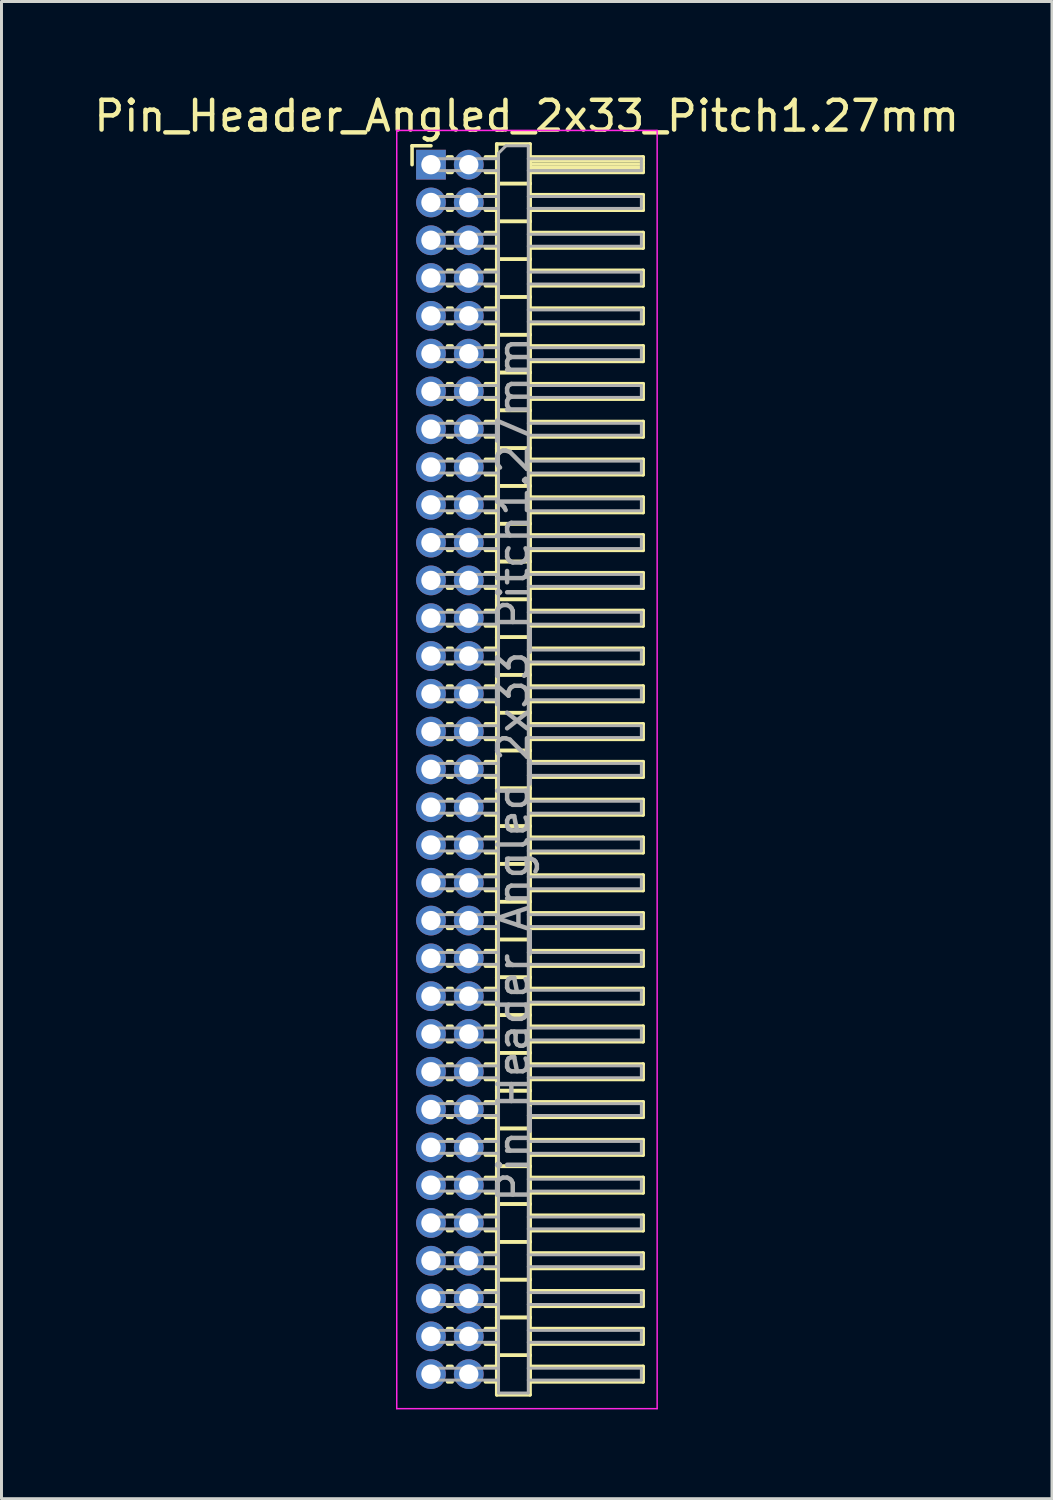
<source format=kicad_pcb>
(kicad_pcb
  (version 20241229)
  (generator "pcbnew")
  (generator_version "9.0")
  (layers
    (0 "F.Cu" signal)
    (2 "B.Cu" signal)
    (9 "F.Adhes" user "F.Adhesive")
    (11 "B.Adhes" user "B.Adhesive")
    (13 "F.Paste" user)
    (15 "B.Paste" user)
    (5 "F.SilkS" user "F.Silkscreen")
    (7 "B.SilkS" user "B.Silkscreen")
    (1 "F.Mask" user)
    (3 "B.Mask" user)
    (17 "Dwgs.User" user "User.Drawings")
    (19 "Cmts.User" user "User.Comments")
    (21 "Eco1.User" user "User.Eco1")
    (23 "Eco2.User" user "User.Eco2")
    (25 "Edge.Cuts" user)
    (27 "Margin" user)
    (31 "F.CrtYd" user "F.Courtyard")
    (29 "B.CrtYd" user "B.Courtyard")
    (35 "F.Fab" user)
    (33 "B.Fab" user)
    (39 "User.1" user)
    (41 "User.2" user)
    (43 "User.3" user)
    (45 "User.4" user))
  (footprint "Pin_Header_Angled_2x33_Pitch1.27mm"
    (layer "F.Cu")
    (at 11.431 2.483)
    (property "Reference" "Pin_Header_Angled_2x33_Pitch1.27mm" (at 3.217 -1.635 0) (layer "F.SilkS") (effects (font (size 1 1) (thickness 0.15))))
    (attr through_hole)
    (fp_line (start -0.635 -0.635) (end 0 -0.635) (stroke (width 0.12) (type solid)) (layer "F.SilkS"))
    (fp_line (start -0.635 0) (end -0.635 -0.635) (stroke (width 0.12) (type solid)) (layer "F.SilkS"))
    (fp_line (start 0.56 -0.26) (end 0.71 -0.26) (stroke (width 0.12) (type solid)) (layer "F.SilkS"))
    (fp_line (start 0.56 0.26) (end 0.71 0.26) (stroke (width 0.12) (type solid)) (layer "F.SilkS"))
    (fp_line (start 0.56 1.01) (end 0.71 1.01) (stroke (width 0.12) (type solid)) (layer "F.SilkS"))
    (fp_line (start 0.56 1.53) (end 0.71 1.53) (stroke (width 0.12) (type solid)) (layer "F.SilkS"))
    (fp_line (start 0.56 2.28) (end 0.71 2.28) (stroke (width 0.12) (type solid)) (layer "F.SilkS"))
    (fp_line (start 0.56 2.8) (end 0.71 2.8) (stroke (width 0.12) (type solid)) (layer "F.SilkS"))
    (fp_line (start 0.56 3.55) (end 0.71 3.55) (stroke (width 0.12) (type solid)) (layer "F.SilkS"))
    (fp_line (start 0.56 4.07) (end 0.71 4.07) (stroke (width 0.12) (type solid)) (layer "F.SilkS"))
    (fp_line (start 0.56 4.82) (end 0.71 4.82) (stroke (width 0.12) (type solid)) (layer "F.SilkS"))
    (fp_line (start 0.56 5.34) (end 0.71 5.34) (stroke (width 0.12) (type solid)) (layer "F.SilkS"))
    (fp_line (start 0.56 6.09) (end 0.71 6.09) (stroke (width 0.12) (type solid)) (layer "F.SilkS"))
    (fp_line (start 0.56 6.61) (end 0.71 6.61) (stroke (width 0.12) (type solid)) (layer "F.SilkS"))
    (fp_line (start 0.56 7.36) (end 0.71 7.36) (stroke (width 0.12) (type solid)) (layer "F.SilkS"))
    (fp_line (start 0.56 7.88) (end 0.71 7.88) (stroke (width 0.12) (type solid)) (layer "F.SilkS"))
    (fp_line (start 0.56 8.63) (end 0.71 8.63) (stroke (width 0.12) (type solid)) (layer "F.SilkS"))
    (fp_line (start 0.56 9.15) (end 0.71 9.15) (stroke (width 0.12) (type solid)) (layer "F.SilkS"))
    (fp_line (start 0.56 9.9) (end 0.71 9.9) (stroke (width 0.12) (type solid)) (layer "F.SilkS"))
    (fp_line (start 0.56 10.42) (end 0.71 10.42) (stroke (width 0.12) (type solid)) (layer "F.SilkS"))
    (fp_line (start 0.56 11.17) (end 0.71 11.17) (stroke (width 0.12) (type solid)) (layer "F.SilkS"))
    (fp_line (start 0.56 11.69) (end 0.71 11.69) (stroke (width 0.12) (type solid)) (layer "F.SilkS"))
    (fp_line (start 0.56 12.44) (end 0.71 12.44) (stroke (width 0.12) (type solid)) (layer "F.SilkS"))
    (fp_line (start 0.56 12.96) (end 0.71 12.96) (stroke (width 0.12) (type solid)) (layer "F.SilkS"))
    (fp_line (start 0.56 13.71) (end 0.71 13.71) (stroke (width 0.12) (type solid)) (layer "F.SilkS"))
    (fp_line (start 0.56 14.23) (end 0.71 14.23) (stroke (width 0.12) (type solid)) (layer "F.SilkS"))
    (fp_line (start 0.56 14.98) (end 0.71 14.98) (stroke (width 0.12) (type solid)) (layer "F.SilkS"))
    (fp_line (start 0.56 15.5) (end 0.71 15.5) (stroke (width 0.12) (type solid)) (layer "F.SilkS"))
    (fp_line (start 0.56 16.25) (end 0.71 16.25) (stroke (width 0.12) (type solid)) (layer "F.SilkS"))
    (fp_line (start 0.56 16.77) (end 0.71 16.77) (stroke (width 0.12) (type solid)) (layer "F.SilkS"))
    (fp_line (start 0.56 17.52) (end 0.71 17.52) (stroke (width 0.12) (type solid)) (layer "F.SilkS"))
    (fp_line (start 0.56 18.04) (end 0.71 18.04) (stroke (width 0.12) (type solid)) (layer "F.SilkS"))
    (fp_line (start 0.56 18.79) (end 0.71 18.79) (stroke (width 0.12) (type solid)) (layer "F.SilkS"))
    (fp_line (start 0.56 19.31) (end 0.71 19.31) (stroke (width 0.12) (type solid)) (layer "F.SilkS"))
    (fp_line (start 0.56 20.06) (end 0.71 20.06) (stroke (width 0.12) (type solid)) (layer "F.SilkS"))
    (fp_line (start 0.56 20.58) (end 0.71 20.58) (stroke (width 0.12) (type solid)) (layer "F.SilkS"))
    (fp_line (start 0.56 21.33) (end 0.71 21.33) (stroke (width 0.12) (type solid)) (layer "F.SilkS"))
    (fp_line (start 0.56 21.85) (end 0.71 21.85) (stroke (width 0.12) (type solid)) (layer "F.SilkS"))
    (fp_line (start 0.56 22.6) (end 0.71 22.6) (stroke (width 0.12) (type solid)) (layer "F.SilkS"))
    (fp_line (start 0.56 23.12) (end 0.71 23.12) (stroke (width 0.12) (type solid)) (layer "F.SilkS"))
    (fp_line (start 0.56 23.87) (end 0.71 23.87) (stroke (width 0.12) (type solid)) (layer "F.SilkS"))
    (fp_line (start 0.56 24.39) (end 0.71 24.39) (stroke (width 0.12) (type solid)) (layer "F.SilkS"))
    (fp_line (start 0.56 25.14) (end 0.71 25.14) (stroke (width 0.12) (type solid)) (layer "F.SilkS"))
    (fp_line (start 0.56 25.66) (end 0.71 25.66) (stroke (width 0.12) (type solid)) (layer "F.SilkS"))
    (fp_line (start 0.56 26.41) (end 0.71 26.41) (stroke (width 0.12) (type solid)) (layer "F.SilkS"))
    (fp_line (start 0.56 26.93) (end 0.71 26.93) (stroke (width 0.12) (type solid)) (layer "F.SilkS"))
    (fp_line (start 0.56 27.68) (end 0.71 27.68) (stroke (width 0.12) (type solid)) (layer "F.SilkS"))
    (fp_line (start 0.56 28.2) (end 0.71 28.2) (stroke (width 0.12) (type solid)) (layer "F.SilkS"))
    (fp_line (start 0.56 28.95) (end 0.71 28.95) (stroke (width 0.12) (type solid)) (layer "F.SilkS"))
    (fp_line (start 0.56 29.47) (end 0.71 29.47) (stroke (width 0.12) (type solid)) (layer "F.SilkS"))
    (fp_line (start 0.56 30.22) (end 0.71 30.22) (stroke (width 0.12) (type solid)) (layer "F.SilkS"))
    (fp_line (start 0.56 30.74) (end 0.71 30.74) (stroke (width 0.12) (type solid)) (layer "F.SilkS"))
    (fp_line (start 0.56 31.49) (end 0.71 31.49) (stroke (width 0.12) (type solid)) (layer "F.SilkS"))
    (fp_line (start 0.56 32.01) (end 0.71 32.01) (stroke (width 0.12) (type solid)) (layer "F.SilkS"))
    (fp_line (start 0.56 32.76) (end 0.71 32.76) (stroke (width 0.12) (type solid)) (layer "F.SilkS"))
    (fp_line (start 0.56 33.28) (end 0.71 33.28) (stroke (width 0.12) (type solid)) (layer "F.SilkS"))
    (fp_line (start 0.56 34.03) (end 0.71 34.03) (stroke (width 0.12) (type solid)) (layer "F.SilkS"))
    (fp_line (start 0.56 34.55) (end 0.71 34.55) (stroke (width 0.12) (type solid)) (layer "F.SilkS"))
    (fp_line (start 0.56 35.3) (end 0.71 35.3) (stroke (width 0.12) (type solid)) (layer "F.SilkS"))
    (fp_line (start 0.56 35.82) (end 0.71 35.82) (stroke (width 0.12) (type solid)) (layer "F.SilkS"))
    (fp_line (start 0.56 36.57) (end 0.71 36.57) (stroke (width 0.12) (type solid)) (layer "F.SilkS"))
    (fp_line (start 0.56 37.09) (end 0.71 37.09) (stroke (width 0.12) (type solid)) (layer "F.SilkS"))
    (fp_line (start 0.56 37.84) (end 0.71 37.84) (stroke (width 0.12) (type solid)) (layer "F.SilkS"))
    (fp_line (start 0.56 38.36) (end 0.71 38.36) (stroke (width 0.12) (type solid)) (layer "F.SilkS"))
    (fp_line (start 0.56 39.11) (end 0.71 39.11) (stroke (width 0.12) (type solid)) (layer "F.SilkS"))
    (fp_line (start 0.56 39.63) (end 0.71 39.63) (stroke (width 0.12) (type solid)) (layer "F.SilkS"))
    (fp_line (start 0.56 40.38) (end 0.71 40.38) (stroke (width 0.12) (type solid)) (layer "F.SilkS"))
    (fp_line (start 0.56 40.9) (end 0.71 40.9) (stroke (width 0.12) (type solid)) (layer "F.SilkS"))
    (fp_line (start 1.83 -0.26) (end 2.21 -0.26) (stroke (width 0.12) (type solid)) (layer "F.SilkS"))
    (fp_line (start 1.83 0.26) (end 2.21 0.26) (stroke (width 0.12) (type solid)) (layer "F.SilkS"))
    (fp_line (start 1.83 1.01) (end 2.21 1.01) (stroke (width 0.12) (type solid)) (layer "F.SilkS"))
    (fp_line (start 1.83 1.53) (end 2.21 1.53) (stroke (width 0.12) (type solid)) (layer "F.SilkS"))
    (fp_line (start 1.83 2.28) (end 2.21 2.28) (stroke (width 0.12) (type solid)) (layer "F.SilkS"))
    (fp_line (start 1.83 2.8) (end 2.21 2.8) (stroke (width 0.12) (type solid)) (layer "F.SilkS"))
    (fp_line (start 1.83 3.55) (end 2.21 3.55) (stroke (width 0.12) (type solid)) (layer "F.SilkS"))
    (fp_line (start 1.83 4.07) (end 2.21 4.07) (stroke (width 0.12) (type solid)) (layer "F.SilkS"))
    (fp_line (start 1.83 4.82) (end 2.21 4.82) (stroke (width 0.12) (type solid)) (layer "F.SilkS"))
    (fp_line (start 1.83 5.34) (end 2.21 5.34) (stroke (width 0.12) (type solid)) (layer "F.SilkS"))
    (fp_line (start 1.83 6.09) (end 2.21 6.09) (stroke (width 0.12) (type solid)) (layer "F.SilkS"))
    (fp_line (start 1.83 6.61) (end 2.21 6.61) (stroke (width 0.12) (type solid)) (layer "F.SilkS"))
    (fp_line (start 1.83 7.36) (end 2.21 7.36) (stroke (width 0.12) (type solid)) (layer "F.SilkS"))
    (fp_line (start 1.83 7.88) (end 2.21 7.88) (stroke (width 0.12) (type solid)) (layer "F.SilkS"))
    (fp_line (start 1.83 8.63) (end 2.21 8.63) (stroke (width 0.12) (type solid)) (layer "F.SilkS"))
    (fp_line (start 1.83 9.15) (end 2.21 9.15) (stroke (width 0.12) (type solid)) (layer "F.SilkS"))
    (fp_line (start 1.83 9.9) (end 2.21 9.9) (stroke (width 0.12) (type solid)) (layer "F.SilkS"))
    (fp_line (start 1.83 10.42) (end 2.21 10.42) (stroke (width 0.12) (type solid)) (layer "F.SilkS"))
    (fp_line (start 1.83 11.17) (end 2.21 11.17) (stroke (width 0.12) (type solid)) (layer "F.SilkS"))
    (fp_line (start 1.83 11.69) (end 2.21 11.69) (stroke (width 0.12) (type solid)) (layer "F.SilkS"))
    (fp_line (start 1.83 12.44) (end 2.21 12.44) (stroke (width 0.12) (type solid)) (layer "F.SilkS"))
    (fp_line (start 1.83 12.96) (end 2.21 12.96) (stroke (width 0.12) (type solid)) (layer "F.SilkS"))
    (fp_line (start 1.83 13.71) (end 2.21 13.71) (stroke (width 0.12) (type solid)) (layer "F.SilkS"))
    (fp_line (start 1.83 14.23) (end 2.21 14.23) (stroke (width 0.12) (type solid)) (layer "F.SilkS"))
    (fp_line (start 1.83 14.98) (end 2.21 14.98) (stroke (width 0.12) (type solid)) (layer "F.SilkS"))
    (fp_line (start 1.83 15.5) (end 2.21 15.5) (stroke (width 0.12) (type solid)) (layer "F.SilkS"))
    (fp_line (start 1.83 16.25) (end 2.21 16.25) (stroke (width 0.12) (type solid)) (layer "F.SilkS"))
    (fp_line (start 1.83 16.77) (end 2.21 16.77) (stroke (width 0.12) (type solid)) (layer "F.SilkS"))
    (fp_line (start 1.83 17.52) (end 2.21 17.52) (stroke (width 0.12) (type solid)) (layer "F.SilkS"))
    (fp_line (start 1.83 18.04) (end 2.21 18.04) (stroke (width 0.12) (type solid)) (layer "F.SilkS"))
    (fp_line (start 1.83 18.79) (end 2.21 18.79) (stroke (width 0.12) (type solid)) (layer "F.SilkS"))
    (fp_line (start 1.83 19.31) (end 2.21 19.31) (stroke (width 0.12) (type solid)) (layer "F.SilkS"))
    (fp_line (start 1.83 20.06) (end 2.21 20.06) (stroke (width 0.12) (type solid)) (layer "F.SilkS"))
    (fp_line (start 1.83 20.58) (end 2.21 20.58) (stroke (width 0.12) (type solid)) (layer "F.SilkS"))
    (fp_line (start 1.83 21.33) (end 2.21 21.33) (stroke (width 0.12) (type solid)) (layer "F.SilkS"))
    (fp_line (start 1.83 21.85) (end 2.21 21.85) (stroke (width 0.12) (type solid)) (layer "F.SilkS"))
    (fp_line (start 1.83 22.6) (end 2.21 22.6) (stroke (width 0.12) (type solid)) (layer "F.SilkS"))
    (fp_line (start 1.83 23.12) (end 2.21 23.12) (stroke (width 0.12) (type solid)) (layer "F.SilkS"))
    (fp_line (start 1.83 23.87) (end 2.21 23.87) (stroke (width 0.12) (type solid)) (layer "F.SilkS"))
    (fp_line (start 1.83 24.39) (end 2.21 24.39) (stroke (width 0.12) (type solid)) (layer "F.SilkS"))
    (fp_line (start 1.83 25.14) (end 2.21 25.14) (stroke (width 0.12) (type solid)) (layer "F.SilkS"))
    (fp_line (start 1.83 25.66) (end 2.21 25.66) (stroke (width 0.12) (type solid)) (layer "F.SilkS"))
    (fp_line (start 1.83 26.41) (end 2.21 26.41) (stroke (width 0.12) (type solid)) (layer "F.SilkS"))
    (fp_line (start 1.83 26.93) (end 2.21 26.93) (stroke (width 0.12) (type solid)) (layer "F.SilkS"))
    (fp_line (start 1.83 27.68) (end 2.21 27.68) (stroke (width 0.12) (type solid)) (layer "F.SilkS"))
    (fp_line (start 1.83 28.2) (end 2.21 28.2) (stroke (width 0.12) (type solid)) (layer "F.SilkS"))
    (fp_line (start 1.83 28.95) (end 2.21 28.95) (stroke (width 0.12) (type solid)) (layer "F.SilkS"))
    (fp_line (start 1.83 29.47) (end 2.21 29.47) (stroke (width 0.12) (type solid)) (layer "F.SilkS"))
    (fp_line (start 1.83 30.22) (end 2.21 30.22) (stroke (width 0.12) (type solid)) (layer "F.SilkS"))
    (fp_line (start 1.83 30.74) (end 2.21 30.74) (stroke (width 0.12) (type solid)) (layer "F.SilkS"))
    (fp_line (start 1.83 31.49) (end 2.21 31.49) (stroke (width 0.12) (type solid)) (layer "F.SilkS"))
    (fp_line (start 1.83 32.01) (end 2.21 32.01) (stroke (width 0.12) (type solid)) (layer "F.SilkS"))
    (fp_line (start 1.83 32.76) (end 2.21 32.76) (stroke (width 0.12) (type solid)) (layer "F.SilkS"))
    (fp_line (start 1.83 33.28) (end 2.21 33.28) (stroke (width 0.12) (type solid)) (layer "F.SilkS"))
    (fp_line (start 1.83 34.03) (end 2.21 34.03) (stroke (width 0.12) (type solid)) (layer "F.SilkS"))
    (fp_line (start 1.83 34.55) (end 2.21 34.55) (stroke (width 0.12) (type solid)) (layer "F.SilkS"))
    (fp_line (start 1.83 35.3) (end 2.21 35.3) (stroke (width 0.12) (type solid)) (layer "F.SilkS"))
    (fp_line (start 1.83 35.82) (end 2.21 35.82) (stroke (width 0.12) (type solid)) (layer "F.SilkS"))
    (fp_line (start 1.83 36.57) (end 2.21 36.57) (stroke (width 0.12) (type solid)) (layer "F.SilkS"))
    (fp_line (start 1.83 37.09) (end 2.21 37.09) (stroke (width 0.12) (type solid)) (layer "F.SilkS"))
    (fp_line (start 1.83 37.84) (end 2.21 37.84) (stroke (width 0.12) (type solid)) (layer "F.SilkS"))
    (fp_line (start 1.83 38.36) (end 2.21 38.36) (stroke (width 0.12) (type solid)) (layer "F.SilkS"))
    (fp_line (start 1.83 39.11) (end 2.21 39.11) (stroke (width 0.12) (type solid)) (layer "F.SilkS"))
    (fp_line (start 1.83 39.63) (end 2.21 39.63) (stroke (width 0.12) (type solid)) (layer "F.SilkS"))
    (fp_line (start 1.83 40.38) (end 2.21 40.38) (stroke (width 0.12) (type solid)) (layer "F.SilkS"))
    (fp_line (start 1.83 40.9) (end 2.21 40.9) (stroke (width 0.12) (type solid)) (layer "F.SilkS"))
    (fp_line (start 2.21 -0.695) (end 2.21 0.635) (stroke (width 0.12) (type solid)) (layer "F.SilkS"))
    (fp_line (start 2.21 0.635) (end 2.21 1.905) (stroke (width 0.12) (type solid)) (layer "F.SilkS"))
    (fp_line (start 2.21 0.635) (end 3.33 0.635) (stroke (width 0.12) (type solid)) (layer "F.SilkS"))
    (fp_line (start 2.21 1.905) (end 2.21 3.175) (stroke (width 0.12) (type solid)) (layer "F.SilkS"))
    (fp_line (start 2.21 1.905) (end 3.33 1.905) (stroke (width 0.12) (type solid)) (layer "F.SilkS"))
    (fp_line (start 2.21 3.175) (end 2.21 4.445) (stroke (width 0.12) (type solid)) (layer "F.SilkS"))
    (fp_line (start 2.21 3.175) (end 3.33 3.175) (stroke (width 0.12) (type solid)) (layer "F.SilkS"))
    (fp_line (start 2.21 4.445) (end 2.21 5.715) (stroke (width 0.12) (type solid)) (layer "F.SilkS"))
    (fp_line (start 2.21 4.445) (end 3.33 4.445) (stroke (width 0.12) (type solid)) (layer "F.SilkS"))
    (fp_line (start 2.21 5.715) (end 2.21 6.985) (stroke (width 0.12) (type solid)) (layer "F.SilkS"))
    (fp_line (start 2.21 5.715) (end 3.33 5.715) (stroke (width 0.12) (type solid)) (layer "F.SilkS"))
    (fp_line (start 2.21 6.985) (end 2.21 8.255) (stroke (width 0.12) (type solid)) (layer "F.SilkS"))
    (fp_line (start 2.21 6.985) (end 3.33 6.985) (stroke (width 0.12) (type solid)) (layer "F.SilkS"))
    (fp_line (start 2.21 8.255) (end 2.21 9.525) (stroke (width 0.12) (type solid)) (layer "F.SilkS"))
    (fp_line (start 2.21 8.255) (end 3.33 8.255) (stroke (width 0.12) (type solid)) (layer "F.SilkS"))
    (fp_line (start 2.21 9.525) (end 2.21 10.795) (stroke (width 0.12) (type solid)) (layer "F.SilkS"))
    (fp_line (start 2.21 9.525) (end 3.33 9.525) (stroke (width 0.12) (type solid)) (layer "F.SilkS"))
    (fp_line (start 2.21 10.795) (end 2.21 12.065) (stroke (width 0.12) (type solid)) (layer "F.SilkS"))
    (fp_line (start 2.21 10.795) (end 3.33 10.795) (stroke (width 0.12) (type solid)) (layer "F.SilkS"))
    (fp_line (start 2.21 12.065) (end 2.21 13.335) (stroke (width 0.12) (type solid)) (layer "F.SilkS"))
    (fp_line (start 2.21 12.065) (end 3.33 12.065) (stroke (width 0.12) (type solid)) (layer "F.SilkS"))
    (fp_line (start 2.21 13.335) (end 2.21 14.605) (stroke (width 0.12) (type solid)) (layer "F.SilkS"))
    (fp_line (start 2.21 13.335) (end 3.33 13.335) (stroke (width 0.12) (type solid)) (layer "F.SilkS"))
    (fp_line (start 2.21 14.605) (end 2.21 15.875) (stroke (width 0.12) (type solid)) (layer "F.SilkS"))
    (fp_line (start 2.21 14.605) (end 3.33 14.605) (stroke (width 0.12) (type solid)) (layer "F.SilkS"))
    (fp_line (start 2.21 15.875) (end 2.21 17.145) (stroke (width 0.12) (type solid)) (layer "F.SilkS"))
    (fp_line (start 2.21 15.875) (end 3.33 15.875) (stroke (width 0.12) (type solid)) (layer "F.SilkS"))
    (fp_line (start 2.21 17.145) (end 2.21 18.415) (stroke (width 0.12) (type solid)) (layer "F.SilkS"))
    (fp_line (start 2.21 17.145) (end 3.33 17.145) (stroke (width 0.12) (type solid)) (layer "F.SilkS"))
    (fp_line (start 2.21 18.415) (end 2.21 19.685) (stroke (width 0.12) (type solid)) (layer "F.SilkS"))
    (fp_line (start 2.21 18.415) (end 3.33 18.415) (stroke (width 0.12) (type solid)) (layer "F.SilkS"))
    (fp_line (start 2.21 19.685) (end 2.21 20.955) (stroke (width 0.12) (type solid)) (layer "F.SilkS"))
    (fp_line (start 2.21 19.685) (end 3.33 19.685) (stroke (width 0.12) (type solid)) (layer "F.SilkS"))
    (fp_line (start 2.21 20.955) (end 2.21 22.225) (stroke (width 0.12) (type solid)) (layer "F.SilkS"))
    (fp_line (start 2.21 20.955) (end 3.33 20.955) (stroke (width 0.12) (type solid)) (layer "F.SilkS"))
    (fp_line (start 2.21 22.225) (end 2.21 23.495) (stroke (width 0.12) (type solid)) (layer "F.SilkS"))
    (fp_line (start 2.21 22.225) (end 3.33 22.225) (stroke (width 0.12) (type solid)) (layer "F.SilkS"))
    (fp_line (start 2.21 23.495) (end 2.21 24.765) (stroke (width 0.12) (type solid)) (layer "F.SilkS"))
    (fp_line (start 2.21 23.495) (end 3.33 23.495) (stroke (width 0.12) (type solid)) (layer "F.SilkS"))
    (fp_line (start 2.21 24.765) (end 2.21 26.035) (stroke (width 0.12) (type solid)) (layer "F.SilkS"))
    (fp_line (start 2.21 24.765) (end 3.33 24.765) (stroke (width 0.12) (type solid)) (layer "F.SilkS"))
    (fp_line (start 2.21 26.035) (end 2.21 27.305) (stroke (width 0.12) (type solid)) (layer "F.SilkS"))
    (fp_line (start 2.21 26.035) (end 3.33 26.035) (stroke (width 0.12) (type solid)) (layer "F.SilkS"))
    (fp_line (start 2.21 27.305) (end 2.21 28.575) (stroke (width 0.12) (type solid)) (layer "F.SilkS"))
    (fp_line (start 2.21 27.305) (end 3.33 27.305) (stroke (width 0.12) (type solid)) (layer "F.SilkS"))
    (fp_line (start 2.21 28.575) (end 2.21 29.845) (stroke (width 0.12) (type solid)) (layer "F.SilkS"))
    (fp_line (start 2.21 28.575) (end 3.33 28.575) (stroke (width 0.12) (type solid)) (layer "F.SilkS"))
    (fp_line (start 2.21 29.845) (end 2.21 31.115) (stroke (width 0.12) (type solid)) (layer "F.SilkS"))
    (fp_line (start 2.21 29.845) (end 3.33 29.845) (stroke (width 0.12) (type solid)) (layer "F.SilkS"))
    (fp_line (start 2.21 31.115) (end 2.21 32.385) (stroke (width 0.12) (type solid)) (layer "F.SilkS"))
    (fp_line (start 2.21 31.115) (end 3.33 31.115) (stroke (width 0.12) (type solid)) (layer "F.SilkS"))
    (fp_line (start 2.21 32.385) (end 2.21 33.655) (stroke (width 0.12) (type solid)) (layer "F.SilkS"))
    (fp_line (start 2.21 32.385) (end 3.33 32.385) (stroke (width 0.12) (type solid)) (layer "F.SilkS"))
    (fp_line (start 2.21 33.655) (end 2.21 34.925) (stroke (width 0.12) (type solid)) (layer "F.SilkS"))
    (fp_line (start 2.21 33.655) (end 3.33 33.655) (stroke (width 0.12) (type solid)) (layer "F.SilkS"))
    (fp_line (start 2.21 34.925) (end 2.21 36.195) (stroke (width 0.12) (type solid)) (layer "F.SilkS"))
    (fp_line (start 2.21 34.925) (end 3.33 34.925) (stroke (width 0.12) (type solid)) (layer "F.SilkS"))
    (fp_line (start 2.21 36.195) (end 2.21 37.465) (stroke (width 0.12) (type solid)) (layer "F.SilkS"))
    (fp_line (start 2.21 36.195) (end 3.33 36.195) (stroke (width 0.12) (type solid)) (layer "F.SilkS"))
    (fp_line (start 2.21 37.465) (end 2.21 38.735) (stroke (width 0.12) (type solid)) (layer "F.SilkS"))
    (fp_line (start 2.21 37.465) (end 3.33 37.465) (stroke (width 0.12) (type solid)) (layer "F.SilkS"))
    (fp_line (start 2.21 38.735) (end 2.21 40.005) (stroke (width 0.12) (type solid)) (layer "F.SilkS"))
    (fp_line (start 2.21 38.735) (end 3.33 38.735) (stroke (width 0.12) (type solid)) (layer "F.SilkS"))
    (fp_line (start 2.21 40.005) (end 2.21 41.335) (stroke (width 0.12) (type solid)) (layer "F.SilkS"))
    (fp_line (start 2.21 40.005) (end 3.33 40.005) (stroke (width 0.12) (type solid)) (layer "F.SilkS"))
    (fp_line (start 2.21 41.335) (end 3.33 41.335) (stroke (width 0.12) (type solid)) (layer "F.SilkS"))
    (fp_line (start 3.33 -0.695) (end 2.21 -0.695) (stroke (width 0.12) (type solid)) (layer "F.SilkS"))
    (fp_line (start 3.33 -0.26) (end 3.33 0.26) (stroke (width 0.12) (type solid)) (layer "F.SilkS"))
    (fp_line (start 3.33 -0.14) (end 7.13 -0.14) (stroke (width 0.12) (type solid)) (layer "F.SilkS"))
    (fp_line (start 3.33 -0.02) (end 7.13 -0.02) (stroke (width 0.12) (type solid)) (layer "F.SilkS"))
    (fp_line (start 3.33 0.1) (end 7.13 0.1) (stroke (width 0.12) (type solid)) (layer "F.SilkS"))
    (fp_line (start 3.33 0.22) (end 7.13 0.22) (stroke (width 0.12) (type solid)) (layer "F.SilkS"))
    (fp_line (start 3.33 0.26) (end 7.13 0.26) (stroke (width 0.12) (type solid)) (layer "F.SilkS"))
    (fp_line (start 3.33 0.635) (end 2.21 0.635) (stroke (width 0.12) (type solid)) (layer "F.SilkS"))
    (fp_line (start 3.33 0.635) (end 3.33 -0.695) (stroke (width 0.12) (type solid)) (layer "F.SilkS"))
    (fp_line (start 3.33 1.01) (end 3.33 1.53) (stroke (width 0.12) (type solid)) (layer "F.SilkS"))
    (fp_line (start 3.33 1.53) (end 7.13 1.53) (stroke (width 0.12) (type solid)) (layer "F.SilkS"))
    (fp_line (start 3.33 1.905) (end 2.21 1.905) (stroke (width 0.12) (type solid)) (layer "F.SilkS"))
    (fp_line (start 3.33 1.905) (end 3.33 0.635) (stroke (width 0.12) (type solid)) (layer "F.SilkS"))
    (fp_line (start 3.33 2.28) (end 3.33 2.8) (stroke (width 0.12) (type solid)) (layer "F.SilkS"))
    (fp_line (start 3.33 2.8) (end 7.13 2.8) (stroke (width 0.12) (type solid)) (layer "F.SilkS"))
    (fp_line (start 3.33 3.175) (end 2.21 3.175) (stroke (width 0.12) (type solid)) (layer "F.SilkS"))
    (fp_line (start 3.33 3.175) (end 3.33 1.905) (stroke (width 0.12) (type solid)) (layer "F.SilkS"))
    (fp_line (start 3.33 3.55) (end 3.33 4.07) (stroke (width 0.12) (type solid)) (layer "F.SilkS"))
    (fp_line (start 3.33 4.07) (end 7.13 4.07) (stroke (width 0.12) (type solid)) (layer "F.SilkS"))
    (fp_line (start 3.33 4.445) (end 2.21 4.445) (stroke (width 0.12) (type solid)) (layer "F.SilkS"))
    (fp_line (start 3.33 4.445) (end 3.33 3.175) (stroke (width 0.12) (type solid)) (layer "F.SilkS"))
    (fp_line (start 3.33 4.82) (end 3.33 5.34) (stroke (width 0.12) (type solid)) (layer "F.SilkS"))
    (fp_line (start 3.33 5.34) (end 7.13 5.34) (stroke (width 0.12) (type solid)) (layer "F.SilkS"))
    (fp_line (start 3.33 5.715) (end 2.21 5.715) (stroke (width 0.12) (type solid)) (layer "F.SilkS"))
    (fp_line (start 3.33 5.715) (end 3.33 4.445) (stroke (width 0.12) (type solid)) (layer "F.SilkS"))
    (fp_line (start 3.33 6.09) (end 3.33 6.61) (stroke (width 0.12) (type solid)) (layer "F.SilkS"))
    (fp_line (start 3.33 6.61) (end 7.13 6.61) (stroke (width 0.12) (type solid)) (layer "F.SilkS"))
    (fp_line (start 3.33 6.985) (end 2.21 6.985) (stroke (width 0.12) (type solid)) (layer "F.SilkS"))
    (fp_line (start 3.33 6.985) (end 3.33 5.715) (stroke (width 0.12) (type solid)) (layer "F.SilkS"))
    (fp_line (start 3.33 7.36) (end 3.33 7.88) (stroke (width 0.12) (type solid)) (layer "F.SilkS"))
    (fp_line (start 3.33 7.88) (end 7.13 7.88) (stroke (width 0.12) (type solid)) (layer "F.SilkS"))
    (fp_line (start 3.33 8.255) (end 2.21 8.255) (stroke (width 0.12) (type solid)) (layer "F.SilkS"))
    (fp_line (start 3.33 8.255) (end 3.33 6.985) (stroke (width 0.12) (type solid)) (layer "F.SilkS"))
    (fp_line (start 3.33 8.63) (end 3.33 9.15) (stroke (width 0.12) (type solid)) (layer "F.SilkS"))
    (fp_line (start 3.33 9.15) (end 7.13 9.15) (stroke (width 0.12) (type solid)) (layer "F.SilkS"))
    (fp_line (start 3.33 9.525) (end 2.21 9.525) (stroke (width 0.12) (type solid)) (layer "F.SilkS"))
    (fp_line (start 3.33 9.525) (end 3.33 8.255) (stroke (width 0.12) (type solid)) (layer "F.SilkS"))
    (fp_line (start 3.33 9.9) (end 3.33 10.42) (stroke (width 0.12) (type solid)) (layer "F.SilkS"))
    (fp_line (start 3.33 10.42) (end 7.13 10.42) (stroke (width 0.12) (type solid)) (layer "F.SilkS"))
    (fp_line (start 3.33 10.795) (end 2.21 10.795) (stroke (width 0.12) (type solid)) (layer "F.SilkS"))
    (fp_line (start 3.33 10.795) (end 3.33 9.525) (stroke (width 0.12) (type solid)) (layer "F.SilkS"))
    (fp_line (start 3.33 11.17) (end 3.33 11.69) (stroke (width 0.12) (type solid)) (layer "F.SilkS"))
    (fp_line (start 3.33 11.69) (end 7.13 11.69) (stroke (width 0.12) (type solid)) (layer "F.SilkS"))
    (fp_line (start 3.33 12.065) (end 2.21 12.065) (stroke (width 0.12) (type solid)) (layer "F.SilkS"))
    (fp_line (start 3.33 12.065) (end 3.33 10.795) (stroke (width 0.12) (type solid)) (layer "F.SilkS"))
    (fp_line (start 3.33 12.44) (end 3.33 12.96) (stroke (width 0.12) (type solid)) (layer "F.SilkS"))
    (fp_line (start 3.33 12.96) (end 7.13 12.96) (stroke (width 0.12) (type solid)) (layer "F.SilkS"))
    (fp_line (start 3.33 13.335) (end 2.21 13.335) (stroke (width 0.12) (type solid)) (layer "F.SilkS"))
    (fp_line (start 3.33 13.335) (end 3.33 12.065) (stroke (width 0.12) (type solid)) (layer "F.SilkS"))
    (fp_line (start 3.33 13.71) (end 3.33 14.23) (stroke (width 0.12) (type solid)) (layer "F.SilkS"))
    (fp_line (start 3.33 14.23) (end 7.13 14.23) (stroke (width 0.12) (type solid)) (layer "F.SilkS"))
    (fp_line (start 3.33 14.605) (end 2.21 14.605) (stroke (width 0.12) (type solid)) (layer "F.SilkS"))
    (fp_line (start 3.33 14.605) (end 3.33 13.335) (stroke (width 0.12) (type solid)) (layer "F.SilkS"))
    (fp_line (start 3.33 14.98) (end 3.33 15.5) (stroke (width 0.12) (type solid)) (layer "F.SilkS"))
    (fp_line (start 3.33 15.5) (end 7.13 15.5) (stroke (width 0.12) (type solid)) (layer "F.SilkS"))
    (fp_line (start 3.33 15.875) (end 2.21 15.875) (stroke (width 0.12) (type solid)) (layer "F.SilkS"))
    (fp_line (start 3.33 15.875) (end 3.33 14.605) (stroke (width 0.12) (type solid)) (layer "F.SilkS"))
    (fp_line (start 3.33 16.25) (end 3.33 16.77) (stroke (width 0.12) (type solid)) (layer "F.SilkS"))
    (fp_line (start 3.33 16.77) (end 7.13 16.77) (stroke (width 0.12) (type solid)) (layer "F.SilkS"))
    (fp_line (start 3.33 17.145) (end 2.21 17.145) (stroke (width 0.12) (type solid)) (layer "F.SilkS"))
    (fp_line (start 3.33 17.145) (end 3.33 15.875) (stroke (width 0.12) (type solid)) (layer "F.SilkS"))
    (fp_line (start 3.33 17.52) (end 3.33 18.04) (stroke (width 0.12) (type solid)) (layer "F.SilkS"))
    (fp_line (start 3.33 18.04) (end 7.13 18.04) (stroke (width 0.12) (type solid)) (layer "F.SilkS"))
    (fp_line (start 3.33 18.415) (end 2.21 18.415) (stroke (width 0.12) (type solid)) (layer "F.SilkS"))
    (fp_line (start 3.33 18.415) (end 3.33 17.145) (stroke (width 0.12) (type solid)) (layer "F.SilkS"))
    (fp_line (start 3.33 18.79) (end 3.33 19.31) (stroke (width 0.12) (type solid)) (layer "F.SilkS"))
    (fp_line (start 3.33 19.31) (end 7.13 19.31) (stroke (width 0.12) (type solid)) (layer "F.SilkS"))
    (fp_line (start 3.33 19.685) (end 2.21 19.685) (stroke (width 0.12) (type solid)) (layer "F.SilkS"))
    (fp_line (start 3.33 19.685) (end 3.33 18.415) (stroke (width 0.12) (type solid)) (layer "F.SilkS"))
    (fp_line (start 3.33 20.06) (end 3.33 20.58) (stroke (width 0.12) (type solid)) (layer "F.SilkS"))
    (fp_line (start 3.33 20.58) (end 7.13 20.58) (stroke (width 0.12) (type solid)) (layer "F.SilkS"))
    (fp_line (start 3.33 20.955) (end 2.21 20.955) (stroke (width 0.12) (type solid)) (layer "F.SilkS"))
    (fp_line (start 3.33 20.955) (end 3.33 19.685) (stroke (width 0.12) (type solid)) (layer "F.SilkS"))
    (fp_line (start 3.33 21.33) (end 3.33 21.85) (stroke (width 0.12) (type solid)) (layer "F.SilkS"))
    (fp_line (start 3.33 21.85) (end 7.13 21.85) (stroke (width 0.12) (type solid)) (layer "F.SilkS"))
    (fp_line (start 3.33 22.225) (end 2.21 22.225) (stroke (width 0.12) (type solid)) (layer "F.SilkS"))
    (fp_line (start 3.33 22.225) (end 3.33 20.955) (stroke (width 0.12) (type solid)) (layer "F.SilkS"))
    (fp_line (start 3.33 22.6) (end 3.33 23.12) (stroke (width 0.12) (type solid)) (layer "F.SilkS"))
    (fp_line (start 3.33 23.12) (end 7.13 23.12) (stroke (width 0.12) (type solid)) (layer "F.SilkS"))
    (fp_line (start 3.33 23.495) (end 2.21 23.495) (stroke (width 0.12) (type solid)) (layer "F.SilkS"))
    (fp_line (start 3.33 23.495) (end 3.33 22.225) (stroke (width 0.12) (type solid)) (layer "F.SilkS"))
    (fp_line (start 3.33 23.87) (end 3.33 24.39) (stroke (width 0.12) (type solid)) (layer "F.SilkS"))
    (fp_line (start 3.33 24.39) (end 7.13 24.39) (stroke (width 0.12) (type solid)) (layer "F.SilkS"))
    (fp_line (start 3.33 24.765) (end 2.21 24.765) (stroke (width 0.12) (type solid)) (layer "F.SilkS"))
    (fp_line (start 3.33 24.765) (end 3.33 23.495) (stroke (width 0.12) (type solid)) (layer "F.SilkS"))
    (fp_line (start 3.33 25.14) (end 3.33 25.66) (stroke (width 0.12) (type solid)) (layer "F.SilkS"))
    (fp_line (start 3.33 25.66) (end 7.13 25.66) (stroke (width 0.12) (type solid)) (layer "F.SilkS"))
    (fp_line (start 3.33 26.035) (end 2.21 26.035) (stroke (width 0.12) (type solid)) (layer "F.SilkS"))
    (fp_line (start 3.33 26.035) (end 3.33 24.765) (stroke (width 0.12) (type solid)) (layer "F.SilkS"))
    (fp_line (start 3.33 26.41) (end 3.33 26.93) (stroke (width 0.12) (type solid)) (layer "F.SilkS"))
    (fp_line (start 3.33 26.93) (end 7.13 26.93) (stroke (width 0.12) (type solid)) (layer "F.SilkS"))
    (fp_line (start 3.33 27.305) (end 2.21 27.305) (stroke (width 0.12) (type solid)) (layer "F.SilkS"))
    (fp_line (start 3.33 27.305) (end 3.33 26.035) (stroke (width 0.12) (type solid)) (layer "F.SilkS"))
    (fp_line (start 3.33 27.68) (end 3.33 28.2) (stroke (width 0.12) (type solid)) (layer "F.SilkS"))
    (fp_line (start 3.33 28.2) (end 7.13 28.2) (stroke (width 0.12) (type solid)) (layer "F.SilkS"))
    (fp_line (start 3.33 28.575) (end 2.21 28.575) (stroke (width 0.12) (type solid)) (layer "F.SilkS"))
    (fp_line (start 3.33 28.575) (end 3.33 27.305) (stroke (width 0.12) (type solid)) (layer "F.SilkS"))
    (fp_line (start 3.33 28.95) (end 3.33 29.47) (stroke (width 0.12) (type solid)) (layer "F.SilkS"))
    (fp_line (start 3.33 29.47) (end 7.13 29.47) (stroke (width 0.12) (type solid)) (layer "F.SilkS"))
    (fp_line (start 3.33 29.845) (end 2.21 29.845) (stroke (width 0.12) (type solid)) (layer "F.SilkS"))
    (fp_line (start 3.33 29.845) (end 3.33 28.575) (stroke (width 0.12) (type solid)) (layer "F.SilkS"))
    (fp_line (start 3.33 30.22) (end 3.33 30.74) (stroke (width 0.12) (type solid)) (layer "F.SilkS"))
    (fp_line (start 3.33 30.74) (end 7.13 30.74) (stroke (width 0.12) (type solid)) (layer "F.SilkS"))
    (fp_line (start 3.33 31.115) (end 2.21 31.115) (stroke (width 0.12) (type solid)) (layer "F.SilkS"))
    (fp_line (start 3.33 31.115) (end 3.33 29.845) (stroke (width 0.12) (type solid)) (layer "F.SilkS"))
    (fp_line (start 3.33 31.49) (end 3.33 32.01) (stroke (width 0.12) (type solid)) (layer "F.SilkS"))
    (fp_line (start 3.33 32.01) (end 7.13 32.01) (stroke (width 0.12) (type solid)) (layer "F.SilkS"))
    (fp_line (start 3.33 32.385) (end 2.21 32.385) (stroke (width 0.12) (type solid)) (layer "F.SilkS"))
    (fp_line (start 3.33 32.385) (end 3.33 31.115) (stroke (width 0.12) (type solid)) (layer "F.SilkS"))
    (fp_line (start 3.33 32.76) (end 3.33 33.28) (stroke (width 0.12) (type solid)) (layer "F.SilkS"))
    (fp_line (start 3.33 33.28) (end 7.13 33.28) (stroke (width 0.12) (type solid)) (layer "F.SilkS"))
    (fp_line (start 3.33 33.655) (end 2.21 33.655) (stroke (width 0.12) (type solid)) (layer "F.SilkS"))
    (fp_line (start 3.33 33.655) (end 3.33 32.385) (stroke (width 0.12) (type solid)) (layer "F.SilkS"))
    (fp_line (start 3.33 34.03) (end 3.33 34.55) (stroke (width 0.12) (type solid)) (layer "F.SilkS"))
    (fp_line (start 3.33 34.55) (end 7.13 34.55) (stroke (width 0.12) (type solid)) (layer "F.SilkS"))
    (fp_line (start 3.33 34.925) (end 2.21 34.925) (stroke (width 0.12) (type solid)) (layer "F.SilkS"))
    (fp_line (start 3.33 34.925) (end 3.33 33.655) (stroke (width 0.12) (type solid)) (layer "F.SilkS"))
    (fp_line (start 3.33 35.3) (end 3.33 35.82) (stroke (width 0.12) (type solid)) (layer "F.SilkS"))
    (fp_line (start 3.33 35.82) (end 7.13 35.82) (stroke (width 0.12) (type solid)) (layer "F.SilkS"))
    (fp_line (start 3.33 36.195) (end 2.21 36.195) (stroke (width 0.12) (type solid)) (layer "F.SilkS"))
    (fp_line (start 3.33 36.195) (end 3.33 34.925) (stroke (width 0.12) (type solid)) (layer "F.SilkS"))
    (fp_line (start 3.33 36.57) (end 3.33 37.09) (stroke (width 0.12) (type solid)) (layer "F.SilkS"))
    (fp_line (start 3.33 37.09) (end 7.13 37.09) (stroke (width 0.12) (type solid)) (layer "F.SilkS"))
    (fp_line (start 3.33 37.465) (end 2.21 37.465) (stroke (width 0.12) (type solid)) (layer "F.SilkS"))
    (fp_line (start 3.33 37.465) (end 3.33 36.195) (stroke (width 0.12) (type solid)) (layer "F.SilkS"))
    (fp_line (start 3.33 37.84) (end 3.33 38.36) (stroke (width 0.12) (type solid)) (layer "F.SilkS"))
    (fp_line (start 3.33 38.36) (end 7.13 38.36) (stroke (width 0.12) (type solid)) (layer "F.SilkS"))
    (fp_line (start 3.33 38.735) (end 2.21 38.735) (stroke (width 0.12) (type solid)) (layer "F.SilkS"))
    (fp_line (start 3.33 38.735) (end 3.33 37.465) (stroke (width 0.12) (type solid)) (layer "F.SilkS"))
    (fp_line (start 3.33 39.11) (end 3.33 39.63) (stroke (width 0.12) (type solid)) (layer "F.SilkS"))
    (fp_line (start 3.33 39.63) (end 7.13 39.63) (stroke (width 0.12) (type solid)) (layer "F.SilkS"))
    (fp_line (start 3.33 40.005) (end 2.21 40.005) (stroke (width 0.12) (type solid)) (layer "F.SilkS"))
    (fp_line (start 3.33 40.005) (end 3.33 38.735) (stroke (width 0.12) (type solid)) (layer "F.SilkS"))
    (fp_line (start 3.33 40.38) (end 3.33 40.9) (stroke (width 0.12) (type solid)) (layer "F.SilkS"))
    (fp_line (start 3.33 40.9) (end 7.13 40.9) (stroke (width 0.12) (type solid)) (layer "F.SilkS"))
    (fp_line (start 3.33 41.335) (end 3.33 40.005) (stroke (width 0.12) (type solid)) (layer "F.SilkS"))
    (fp_line (start 7.13 -0.26) (end 3.33 -0.26) (stroke (width 0.12) (type solid)) (layer "F.SilkS"))
    (fp_line (start 7.13 0.26) (end 7.13 -0.26) (stroke (width 0.12) (type solid)) (layer "F.SilkS"))
    (fp_line (start 7.13 1.01) (end 3.33 1.01) (stroke (width 0.12) (type solid)) (layer "F.SilkS"))
    (fp_line (start 7.13 1.53) (end 7.13 1.01) (stroke (width 0.12) (type solid)) (layer "F.SilkS"))
    (fp_line (start 7.13 2.28) (end 3.33 2.28) (stroke (width 0.12) (type solid)) (layer "F.SilkS"))
    (fp_line (start 7.13 2.8) (end 7.13 2.28) (stroke (width 0.12) (type solid)) (layer "F.SilkS"))
    (fp_line (start 7.13 3.55) (end 3.33 3.55) (stroke (width 0.12) (type solid)) (layer "F.SilkS"))
    (fp_line (start 7.13 4.07) (end 7.13 3.55) (stroke (width 0.12) (type solid)) (layer "F.SilkS"))
    (fp_line (start 7.13 4.82) (end 3.33 4.82) (stroke (width 0.12) (type solid)) (layer "F.SilkS"))
    (fp_line (start 7.13 5.34) (end 7.13 4.82) (stroke (width 0.12) (type solid)) (layer "F.SilkS"))
    (fp_line (start 7.13 6.09) (end 3.33 6.09) (stroke (width 0.12) (type solid)) (layer "F.SilkS"))
    (fp_line (start 7.13 6.61) (end 7.13 6.09) (stroke (width 0.12) (type solid)) (layer "F.SilkS"))
    (fp_line (start 7.13 7.36) (end 3.33 7.36) (stroke (width 0.12) (type solid)) (layer "F.SilkS"))
    (fp_line (start 7.13 7.88) (end 7.13 7.36) (stroke (width 0.12) (type solid)) (layer "F.SilkS"))
    (fp_line (start 7.13 8.63) (end 3.33 8.63) (stroke (width 0.12) (type solid)) (layer "F.SilkS"))
    (fp_line (start 7.13 9.15) (end 7.13 8.63) (stroke (width 0.12) (type solid)) (layer "F.SilkS"))
    (fp_line (start 7.13 9.9) (end 3.33 9.9) (stroke (width 0.12) (type solid)) (layer "F.SilkS"))
    (fp_line (start 7.13 10.42) (end 7.13 9.9) (stroke (width 0.12) (type solid)) (layer "F.SilkS"))
    (fp_line (start 7.13 11.17) (end 3.33 11.17) (stroke (width 0.12) (type solid)) (layer "F.SilkS"))
    (fp_line (start 7.13 11.69) (end 7.13 11.17) (stroke (width 0.12) (type solid)) (layer "F.SilkS"))
    (fp_line (start 7.13 12.44) (end 3.33 12.44) (stroke (width 0.12) (type solid)) (layer "F.SilkS"))
    (fp_line (start 7.13 12.96) (end 7.13 12.44) (stroke (width 0.12) (type solid)) (layer "F.SilkS"))
    (fp_line (start 7.13 13.71) (end 3.33 13.71) (stroke (width 0.12) (type solid)) (layer "F.SilkS"))
    (fp_line (start 7.13 14.23) (end 7.13 13.71) (stroke (width 0.12) (type solid)) (layer "F.SilkS"))
    (fp_line (start 7.13 14.98) (end 3.33 14.98) (stroke (width 0.12) (type solid)) (layer "F.SilkS"))
    (fp_line (start 7.13 15.5) (end 7.13 14.98) (stroke (width 0.12) (type solid)) (layer "F.SilkS"))
    (fp_line (start 7.13 16.25) (end 3.33 16.25) (stroke (width 0.12) (type solid)) (layer "F.SilkS"))
    (fp_line (start 7.13 16.77) (end 7.13 16.25) (stroke (width 0.12) (type solid)) (layer "F.SilkS"))
    (fp_line (start 7.13 17.52) (end 3.33 17.52) (stroke (width 0.12) (type solid)) (layer "F.SilkS"))
    (fp_line (start 7.13 18.04) (end 7.13 17.52) (stroke (width 0.12) (type solid)) (layer "F.SilkS"))
    (fp_line (start 7.13 18.79) (end 3.33 18.79) (stroke (width 0.12) (type solid)) (layer "F.SilkS"))
    (fp_line (start 7.13 19.31) (end 7.13 18.79) (stroke (width 0.12) (type solid)) (layer "F.SilkS"))
    (fp_line (start 7.13 20.06) (end 3.33 20.06) (stroke (width 0.12) (type solid)) (layer "F.SilkS"))
    (fp_line (start 7.13 20.58) (end 7.13 20.06) (stroke (width 0.12) (type solid)) (layer "F.SilkS"))
    (fp_line (start 7.13 21.33) (end 3.33 21.33) (stroke (width 0.12) (type solid)) (layer "F.SilkS"))
    (fp_line (start 7.13 21.85) (end 7.13 21.33) (stroke (width 0.12) (type solid)) (layer "F.SilkS"))
    (fp_line (start 7.13 22.6) (end 3.33 22.6) (stroke (width 0.12) (type solid)) (layer "F.SilkS"))
    (fp_line (start 7.13 23.12) (end 7.13 22.6) (stroke (width 0.12) (type solid)) (layer "F.SilkS"))
    (fp_line (start 7.13 23.87) (end 3.33 23.87) (stroke (width 0.12) (type solid)) (layer "F.SilkS"))
    (fp_line (start 7.13 24.39) (end 7.13 23.87) (stroke (width 0.12) (type solid)) (layer "F.SilkS"))
    (fp_line (start 7.13 25.14) (end 3.33 25.14) (stroke (width 0.12) (type solid)) (layer "F.SilkS"))
    (fp_line (start 7.13 25.66) (end 7.13 25.14) (stroke (width 0.12) (type solid)) (layer "F.SilkS"))
    (fp_line (start 7.13 26.41) (end 3.33 26.41) (stroke (width 0.12) (type solid)) (layer "F.SilkS"))
    (fp_line (start 7.13 26.93) (end 7.13 26.41) (stroke (width 0.12) (type solid)) (layer "F.SilkS"))
    (fp_line (start 7.13 27.68) (end 3.33 27.68) (stroke (width 0.12) (type solid)) (layer "F.SilkS"))
    (fp_line (start 7.13 28.2) (end 7.13 27.68) (stroke (width 0.12) (type solid)) (layer "F.SilkS"))
    (fp_line (start 7.13 28.95) (end 3.33 28.95) (stroke (width 0.12) (type solid)) (layer "F.SilkS"))
    (fp_line (start 7.13 29.47) (end 7.13 28.95) (stroke (width 0.12) (type solid)) (layer "F.SilkS"))
    (fp_line (start 7.13 30.22) (end 3.33 30.22) (stroke (width 0.12) (type solid)) (layer "F.SilkS"))
    (fp_line (start 7.13 30.74) (end 7.13 30.22) (stroke (width 0.12) (type solid)) (layer "F.SilkS"))
    (fp_line (start 7.13 31.49) (end 3.33 31.49) (stroke (width 0.12) (type solid)) (layer "F.SilkS"))
    (fp_line (start 7.13 32.01) (end 7.13 31.49) (stroke (width 0.12) (type solid)) (layer "F.SilkS"))
    (fp_line (start 7.13 32.76) (end 3.33 32.76) (stroke (width 0.12) (type solid)) (layer "F.SilkS"))
    (fp_line (start 7.13 33.28) (end 7.13 32.76) (stroke (width 0.12) (type solid)) (layer "F.SilkS"))
    (fp_line (start 7.13 34.03) (end 3.33 34.03) (stroke (width 0.12) (type solid)) (layer "F.SilkS"))
    (fp_line (start 7.13 34.55) (end 7.13 34.03) (stroke (width 0.12) (type solid)) (layer "F.SilkS"))
    (fp_line (start 7.13 35.3) (end 3.33 35.3) (stroke (width 0.12) (type solid)) (layer "F.SilkS"))
    (fp_line (start 7.13 35.82) (end 7.13 35.3) (stroke (width 0.12) (type solid)) (layer "F.SilkS"))
    (fp_line (start 7.13 36.57) (end 3.33 36.57) (stroke (width 0.12) (type solid)) (layer "F.SilkS"))
    (fp_line (start 7.13 37.09) (end 7.13 36.57) (stroke (width 0.12) (type solid)) (layer "F.SilkS"))
    (fp_line (start 7.13 37.84) (end 3.33 37.84) (stroke (width 0.12) (type solid)) (layer "F.SilkS"))
    (fp_line (start 7.13 38.36) (end 7.13 37.84) (stroke (width 0.12) (type solid)) (layer "F.SilkS"))
    (fp_line (start 7.13 39.11) (end 3.33 39.11) (stroke (width 0.12) (type solid)) (layer "F.SilkS"))
    (fp_line (start 7.13 39.63) (end 7.13 39.11) (stroke (width 0.12) (type solid)) (layer "F.SilkS"))
    (fp_line (start 7.13 40.38) (end 3.33 40.38) (stroke (width 0.12) (type solid)) (layer "F.SilkS"))
    (fp_line (start 7.13 40.9) (end 7.13 40.38) (stroke (width 0.12) (type solid)) (layer "F.SilkS"))
    (fp_line (start -1.15 -1.15) (end -1.15 41.8) (stroke (width 0.05) (type solid)) (layer "F.CrtYd"))
    (fp_line (start -1.15 41.8) (end 7.6 41.8) (stroke (width 0.05) (type solid)) (layer "F.CrtYd"))
    (fp_line (start 7.6 -1.15) (end -1.15 -1.15) (stroke (width 0.05) (type solid)) (layer "F.CrtYd"))
    (fp_line (start 7.6 41.8) (end 7.6 -1.15) (stroke (width 0.05) (type solid)) (layer "F.CrtYd"))
    (fp_line (start -0.2 -0.2) (end -0.2 0.2) (stroke (width 0.1) (type solid)) (layer "F.Fab"))
    (fp_line (start -0.2 -0.2) (end 2.27 -0.2) (stroke (width 0.1) (type solid)) (layer "F.Fab"))
    (fp_line (start -0.2 0.2) (end 2.27 0.2) (stroke (width 0.1) (type solid)) (layer "F.Fab"))
    (fp_line (start -0.2 1.07) (end -0.2 1.47) (stroke (width 0.1) (type solid)) (layer "F.Fab"))
    (fp_line (start -0.2 1.07) (end 2.27 1.07) (stroke (width 0.1) (type solid)) (layer "F.Fab"))
    (fp_line (start -0.2 1.47) (end 2.27 1.47) (stroke (width 0.1) (type solid)) (layer "F.Fab"))
    (fp_line (start -0.2 2.34) (end -0.2 2.74) (stroke (width 0.1) (type solid)) (layer "F.Fab"))
    (fp_line (start -0.2 2.34) (end 2.27 2.34) (stroke (width 0.1) (type solid)) (layer "F.Fab"))
    (fp_line (start -0.2 2.74) (end 2.27 2.74) (stroke (width 0.1) (type solid)) (layer "F.Fab"))
    (fp_line (start -0.2 3.61) (end -0.2 4.01) (stroke (width 0.1) (type solid)) (layer "F.Fab"))
    (fp_line (start -0.2 3.61) (end 2.27 3.61) (stroke (width 0.1) (type solid)) (layer "F.Fab"))
    (fp_line (start -0.2 4.01) (end 2.27 4.01) (stroke (width 0.1) (type solid)) (layer "F.Fab"))
    (fp_line (start -0.2 4.88) (end -0.2 5.28) (stroke (width 0.1) (type solid)) (layer "F.Fab"))
    (fp_line (start -0.2 4.88) (end 2.27 4.88) (stroke (width 0.1) (type solid)) (layer "F.Fab"))
    (fp_line (start -0.2 5.28) (end 2.27 5.28) (stroke (width 0.1) (type solid)) (layer "F.Fab"))
    (fp_line (start -0.2 6.15) (end -0.2 6.55) (stroke (width 0.1) (type solid)) (layer "F.Fab"))
    (fp_line (start -0.2 6.15) (end 2.27 6.15) (stroke (width 0.1) (type solid)) (layer "F.Fab"))
    (fp_line (start -0.2 6.55) (end 2.27 6.55) (stroke (width 0.1) (type solid)) (layer "F.Fab"))
    (fp_line (start -0.2 7.42) (end -0.2 7.82) (stroke (width 0.1) (type solid)) (layer "F.Fab"))
    (fp_line (start -0.2 7.42) (end 2.27 7.42) (stroke (width 0.1) (type solid)) (layer "F.Fab"))
    (fp_line (start -0.2 7.82) (end 2.27 7.82) (stroke (width 0.1) (type solid)) (layer "F.Fab"))
    (fp_line (start -0.2 8.69) (end -0.2 9.09) (stroke (width 0.1) (type solid)) (layer "F.Fab"))
    (fp_line (start -0.2 8.69) (end 2.27 8.69) (stroke (width 0.1) (type solid)) (layer "F.Fab"))
    (fp_line (start -0.2 9.09) (end 2.27 9.09) (stroke (width 0.1) (type solid)) (layer "F.Fab"))
    (fp_line (start -0.2 9.96) (end -0.2 10.36) (stroke (width 0.1) (type solid)) (layer "F.Fab"))
    (fp_line (start -0.2 9.96) (end 2.27 9.96) (stroke (width 0.1) (type solid)) (layer "F.Fab"))
    (fp_line (start -0.2 10.36) (end 2.27 10.36) (stroke (width 0.1) (type solid)) (layer "F.Fab"))
    (fp_line (start -0.2 11.23) (end -0.2 11.63) (stroke (width 0.1) (type solid)) (layer "F.Fab"))
    (fp_line (start -0.2 11.23) (end 2.27 11.23) (stroke (width 0.1) (type solid)) (layer "F.Fab"))
    (fp_line (start -0.2 11.63) (end 2.27 11.63) (stroke (width 0.1) (type solid)) (layer "F.Fab"))
    (fp_line (start -0.2 12.5) (end -0.2 12.9) (stroke (width 0.1) (type solid)) (layer "F.Fab"))
    (fp_line (start -0.2 12.5) (end 2.27 12.5) (stroke (width 0.1) (type solid)) (layer "F.Fab"))
    (fp_line (start -0.2 12.9) (end 2.27 12.9) (stroke (width 0.1) (type solid)) (layer "F.Fab"))
    (fp_line (start -0.2 13.77) (end -0.2 14.17) (stroke (width 0.1) (type solid)) (layer "F.Fab"))
    (fp_line (start -0.2 13.77) (end 2.27 13.77) (stroke (width 0.1) (type solid)) (layer "F.Fab"))
    (fp_line (start -0.2 14.17) (end 2.27 14.17) (stroke (width 0.1) (type solid)) (layer "F.Fab"))
    (fp_line (start -0.2 15.04) (end -0.2 15.44) (stroke (width 0.1) (type solid)) (layer "F.Fab"))
    (fp_line (start -0.2 15.04) (end 2.27 15.04) (stroke (width 0.1) (type solid)) (layer "F.Fab"))
    (fp_line (start -0.2 15.44) (end 2.27 15.44) (stroke (width 0.1) (type solid)) (layer "F.Fab"))
    (fp_line (start -0.2 16.31) (end -0.2 16.71) (stroke (width 0.1) (type solid)) (layer "F.Fab"))
    (fp_line (start -0.2 16.31) (end 2.27 16.31) (stroke (width 0.1) (type solid)) (layer "F.Fab"))
    (fp_line (start -0.2 16.71) (end 2.27 16.71) (stroke (width 0.1) (type solid)) (layer "F.Fab"))
    (fp_line (start -0.2 17.58) (end -0.2 17.98) (stroke (width 0.1) (type solid)) (layer "F.Fab"))
    (fp_line (start -0.2 17.58) (end 2.27 17.58) (stroke (width 0.1) (type solid)) (layer "F.Fab"))
    (fp_line (start -0.2 17.98) (end 2.27 17.98) (stroke (width 0.1) (type solid)) (layer "F.Fab"))
    (fp_line (start -0.2 18.85) (end -0.2 19.25) (stroke (width 0.1) (type solid)) (layer "F.Fab"))
    (fp_line (start -0.2 18.85) (end 2.27 18.85) (stroke (width 0.1) (type solid)) (layer "F.Fab"))
    (fp_line (start -0.2 19.25) (end 2.27 19.25) (stroke (width 0.1) (type solid)) (layer "F.Fab"))
    (fp_line (start -0.2 20.12) (end -0.2 20.52) (stroke (width 0.1) (type solid)) (layer "F.Fab"))
    (fp_line (start -0.2 20.12) (end 2.27 20.12) (stroke (width 0.1) (type solid)) (layer "F.Fab"))
    (fp_line (start -0.2 20.52) (end 2.27 20.52) (stroke (width 0.1) (type solid)) (layer "F.Fab"))
    (fp_line (start -0.2 21.39) (end -0.2 21.79) (stroke (width 0.1) (type solid)) (layer "F.Fab"))
    (fp_line (start -0.2 21.39) (end 2.27 21.39) (stroke (width 0.1) (type solid)) (layer "F.Fab"))
    (fp_line (start -0.2 21.79) (end 2.27 21.79) (stroke (width 0.1) (type solid)) (layer "F.Fab"))
    (fp_line (start -0.2 22.66) (end -0.2 23.06) (stroke (width 0.1) (type solid)) (layer "F.Fab"))
    (fp_line (start -0.2 22.66) (end 2.27 22.66) (stroke (width 0.1) (type solid)) (layer "F.Fab"))
    (fp_line (start -0.2 23.06) (end 2.27 23.06) (stroke (width 0.1) (type solid)) (layer "F.Fab"))
    (fp_line (start -0.2 23.93) (end -0.2 24.33) (stroke (width 0.1) (type solid)) (layer "F.Fab"))
    (fp_line (start -0.2 23.93) (end 2.27 23.93) (stroke (width 0.1) (type solid)) (layer "F.Fab"))
    (fp_line (start -0.2 24.33) (end 2.27 24.33) (stroke (width 0.1) (type solid)) (layer "F.Fab"))
    (fp_line (start -0.2 25.2) (end -0.2 25.6) (stroke (width 0.1) (type solid)) (layer "F.Fab"))
    (fp_line (start -0.2 25.2) (end 2.27 25.2) (stroke (width 0.1) (type solid)) (layer "F.Fab"))
    (fp_line (start -0.2 25.6) (end 2.27 25.6) (stroke (width 0.1) (type solid)) (layer "F.Fab"))
    (fp_line (start -0.2 26.47) (end -0.2 26.87) (stroke (width 0.1) (type solid)) (layer "F.Fab"))
    (fp_line (start -0.2 26.47) (end 2.27 26.47) (stroke (width 0.1) (type solid)) (layer "F.Fab"))
    (fp_line (start -0.2 26.87) (end 2.27 26.87) (stroke (width 0.1) (type solid)) (layer "F.Fab"))
    (fp_line (start -0.2 27.74) (end -0.2 28.14) (stroke (width 0.1) (type solid)) (layer "F.Fab"))
    (fp_line (start -0.2 27.74) (end 2.27 27.74) (stroke (width 0.1) (type solid)) (layer "F.Fab"))
    (fp_line (start -0.2 28.14) (end 2.27 28.14) (stroke (width 0.1) (type solid)) (layer "F.Fab"))
    (fp_line (start -0.2 29.01) (end -0.2 29.41) (stroke (width 0.1) (type solid)) (layer "F.Fab"))
    (fp_line (start -0.2 29.01) (end 2.27 29.01) (stroke (width 0.1) (type solid)) (layer "F.Fab"))
    (fp_line (start -0.2 29.41) (end 2.27 29.41) (stroke (width 0.1) (type solid)) (layer "F.Fab"))
    (fp_line (start -0.2 30.28) (end -0.2 30.68) (stroke (width 0.1) (type solid)) (layer "F.Fab"))
    (fp_line (start -0.2 30.28) (end 2.27 30.28) (stroke (width 0.1) (type solid)) (layer "F.Fab"))
    (fp_line (start -0.2 30.68) (end 2.27 30.68) (stroke (width 0.1) (type solid)) (layer "F.Fab"))
    (fp_line (start -0.2 31.55) (end -0.2 31.95) (stroke (width 0.1) (type solid)) (layer "F.Fab"))
    (fp_line (start -0.2 31.55) (end 2.27 31.55) (stroke (width 0.1) (type solid)) (layer "F.Fab"))
    (fp_line (start -0.2 31.95) (end 2.27 31.95) (stroke (width 0.1) (type solid)) (layer "F.Fab"))
    (fp_line (start -0.2 32.82) (end -0.2 33.22) (stroke (width 0.1) (type solid)) (layer "F.Fab"))
    (fp_line (start -0.2 32.82) (end 2.27 32.82) (stroke (width 0.1) (type solid)) (layer "F.Fab"))
    (fp_line (start -0.2 33.22) (end 2.27 33.22) (stroke (width 0.1) (type solid)) (layer "F.Fab"))
    (fp_line (start -0.2 34.09) (end -0.2 34.49) (stroke (width 0.1) (type solid)) (layer "F.Fab"))
    (fp_line (start -0.2 34.09) (end 2.27 34.09) (stroke (width 0.1) (type solid)) (layer "F.Fab"))
    (fp_line (start -0.2 34.49) (end 2.27 34.49) (stroke (width 0.1) (type solid)) (layer "F.Fab"))
    (fp_line (start -0.2 35.36) (end -0.2 35.76) (stroke (width 0.1) (type solid)) (layer "F.Fab"))
    (fp_line (start -0.2 35.36) (end 2.27 35.36) (stroke (width 0.1) (type solid)) (layer "F.Fab"))
    (fp_line (start -0.2 35.76) (end 2.27 35.76) (stroke (width 0.1) (type solid)) (layer "F.Fab"))
    (fp_line (start -0.2 36.63) (end -0.2 37.03) (stroke (width 0.1) (type solid)) (layer "F.Fab"))
    (fp_line (start -0.2 36.63) (end 2.27 36.63) (stroke (width 0.1) (type solid)) (layer "F.Fab"))
    (fp_line (start -0.2 37.03) (end 2.27 37.03) (stroke (width 0.1) (type solid)) (layer "F.Fab"))
    (fp_line (start -0.2 37.9) (end -0.2 38.3) (stroke (width 0.1) (type solid)) (layer "F.Fab"))
    (fp_line (start -0.2 37.9) (end 2.27 37.9) (stroke (width 0.1) (type solid)) (layer "F.Fab"))
    (fp_line (start -0.2 38.3) (end 2.27 38.3) (stroke (width 0.1) (type solid)) (layer "F.Fab"))
    (fp_line (start -0.2 39.17) (end -0.2 39.57) (stroke (width 0.1) (type solid)) (layer "F.Fab"))
    (fp_line (start -0.2 39.17) (end 2.27 39.17) (stroke (width 0.1) (type solid)) (layer "F.Fab"))
    (fp_line (start -0.2 39.57) (end 2.27 39.57) (stroke (width 0.1) (type solid)) (layer "F.Fab"))
    (fp_line (start -0.2 40.44) (end -0.2 40.84) (stroke (width 0.1) (type solid)) (layer "F.Fab"))
    (fp_line (start -0.2 40.44) (end 2.27 40.44) (stroke (width 0.1) (type solid)) (layer "F.Fab"))
    (fp_line (start -0.2 40.84) (end 2.27 40.84) (stroke (width 0.1) (type solid)) (layer "F.Fab"))
    (fp_line (start 2.27 -0.385) (end 2.52 -0.635) (stroke (width 0.1) (type solid)) (layer "F.Fab"))
    (fp_line (start 2.27 41.275) (end 2.27 -0.385) (stroke (width 0.1) (type solid)) (layer "F.Fab"))
    (fp_line (start 2.52 -0.635) (end 3.27 -0.635) (stroke (width 0.1) (type solid)) (layer "F.Fab"))
    (fp_line (start 3.27 -0.635) (end 3.27 41.275) (stroke (width 0.1) (type solid)) (layer "F.Fab"))
    (fp_line (start 3.27 -0.2) (end 7.07 -0.2) (stroke (width 0.1) (type solid)) (layer "F.Fab"))
    (fp_line (start 3.27 0.2) (end 7.07 0.2) (stroke (width 0.1) (type solid)) (layer "F.Fab"))
    (fp_line (start 3.27 1.07) (end 7.07 1.07) (stroke (width 0.1) (type solid)) (layer "F.Fab"))
    (fp_line (start 3.27 1.47) (end 7.07 1.47) (stroke (width 0.1) (type solid)) (layer "F.Fab"))
    (fp_line (start 3.27 2.34) (end 7.07 2.34) (stroke (width 0.1) (type solid)) (layer "F.Fab"))
    (fp_line (start 3.27 2.74) (end 7.07 2.74) (stroke (width 0.1) (type solid)) (layer "F.Fab"))
    (fp_line (start 3.27 3.61) (end 7.07 3.61) (stroke (width 0.1) (type solid)) (layer "F.Fab"))
    (fp_line (start 3.27 4.01) (end 7.07 4.01) (stroke (width 0.1) (type solid)) (layer "F.Fab"))
    (fp_line (start 3.27 4.88) (end 7.07 4.88) (stroke (width 0.1) (type solid)) (layer "F.Fab"))
    (fp_line (start 3.27 5.28) (end 7.07 5.28) (stroke (width 0.1) (type solid)) (layer "F.Fab"))
    (fp_line (start 3.27 6.15) (end 7.07 6.15) (stroke (width 0.1) (type solid)) (layer "F.Fab"))
    (fp_line (start 3.27 6.55) (end 7.07 6.55) (stroke (width 0.1) (type solid)) (layer "F.Fab"))
    (fp_line (start 3.27 7.42) (end 7.07 7.42) (stroke (width 0.1) (type solid)) (layer "F.Fab"))
    (fp_line (start 3.27 7.82) (end 7.07 7.82) (stroke (width 0.1) (type solid)) (layer "F.Fab"))
    (fp_line (start 3.27 8.69) (end 7.07 8.69) (stroke (width 0.1) (type solid)) (layer "F.Fab"))
    (fp_line (start 3.27 9.09) (end 7.07 9.09) (stroke (width 0.1) (type solid)) (layer "F.Fab"))
    (fp_line (start 3.27 9.96) (end 7.07 9.96) (stroke (width 0.1) (type solid)) (layer "F.Fab"))
    (fp_line (start 3.27 10.36) (end 7.07 10.36) (stroke (width 0.1) (type solid)) (layer "F.Fab"))
    (fp_line (start 3.27 11.23) (end 7.07 11.23) (stroke (width 0.1) (type solid)) (layer "F.Fab"))
    (fp_line (start 3.27 11.63) (end 7.07 11.63) (stroke (width 0.1) (type solid)) (layer "F.Fab"))
    (fp_line (start 3.27 12.5) (end 7.07 12.5) (stroke (width 0.1) (type solid)) (layer "F.Fab"))
    (fp_line (start 3.27 12.9) (end 7.07 12.9) (stroke (width 0.1) (type solid)) (layer "F.Fab"))
    (fp_line (start 3.27 13.77) (end 7.07 13.77) (stroke (width 0.1) (type solid)) (layer "F.Fab"))
    (fp_line (start 3.27 14.17) (end 7.07 14.17) (stroke (width 0.1) (type solid)) (layer "F.Fab"))
    (fp_line (start 3.27 15.04) (end 7.07 15.04) (stroke (width 0.1) (type solid)) (layer "F.Fab"))
    (fp_line (start 3.27 15.44) (end 7.07 15.44) (stroke (width 0.1) (type solid)) (layer "F.Fab"))
    (fp_line (start 3.27 16.31) (end 7.07 16.31) (stroke (width 0.1) (type solid)) (layer "F.Fab"))
    (fp_line (start 3.27 16.71) (end 7.07 16.71) (stroke (width 0.1) (type solid)) (layer "F.Fab"))
    (fp_line (start 3.27 17.58) (end 7.07 17.58) (stroke (width 0.1) (type solid)) (layer "F.Fab"))
    (fp_line (start 3.27 17.98) (end 7.07 17.98) (stroke (width 0.1) (type solid)) (layer "F.Fab"))
    (fp_line (start 3.27 18.85) (end 7.07 18.85) (stroke (width 0.1) (type solid)) (layer "F.Fab"))
    (fp_line (start 3.27 19.25) (end 7.07 19.25) (stroke (width 0.1) (type solid)) (layer "F.Fab"))
    (fp_line (start 3.27 20.12) (end 7.07 20.12) (stroke (width 0.1) (type solid)) (layer "F.Fab"))
    (fp_line (start 3.27 20.52) (end 7.07 20.52) (stroke (width 0.1) (type solid)) (layer "F.Fab"))
    (fp_line (start 3.27 21.39) (end 7.07 21.39) (stroke (width 0.1) (type solid)) (layer "F.Fab"))
    (fp_line (start 3.27 21.79) (end 7.07 21.79) (stroke (width 0.1) (type solid)) (layer "F.Fab"))
    (fp_line (start 3.27 22.66) (end 7.07 22.66) (stroke (width 0.1) (type solid)) (layer "F.Fab"))
    (fp_line (start 3.27 23.06) (end 7.07 23.06) (stroke (width 0.1) (type solid)) (layer "F.Fab"))
    (fp_line (start 3.27 23.93) (end 7.07 23.93) (stroke (width 0.1) (type solid)) (layer "F.Fab"))
    (fp_line (start 3.27 24.33) (end 7.07 24.33) (stroke (width 0.1) (type solid)) (layer "F.Fab"))
    (fp_line (start 3.27 25.2) (end 7.07 25.2) (stroke (width 0.1) (type solid)) (layer "F.Fab"))
    (fp_line (start 3.27 25.6) (end 7.07 25.6) (stroke (width 0.1) (type solid)) (layer "F.Fab"))
    (fp_line (start 3.27 26.47) (end 7.07 26.47) (stroke (width 0.1) (type solid)) (layer "F.Fab"))
    (fp_line (start 3.27 26.87) (end 7.07 26.87) (stroke (width 0.1) (type solid)) (layer "F.Fab"))
    (fp_line (start 3.27 27.74) (end 7.07 27.74) (stroke (width 0.1) (type solid)) (layer "F.Fab"))
    (fp_line (start 3.27 28.14) (end 7.07 28.14) (stroke (width 0.1) (type solid)) (layer "F.Fab"))
    (fp_line (start 3.27 29.01) (end 7.07 29.01) (stroke (width 0.1) (type solid)) (layer "F.Fab"))
    (fp_line (start 3.27 29.41) (end 7.07 29.41) (stroke (width 0.1) (type solid)) (layer "F.Fab"))
    (fp_line (start 3.27 30.28) (end 7.07 30.28) (stroke (width 0.1) (type solid)) (layer "F.Fab"))
    (fp_line (start 3.27 30.68) (end 7.07 30.68) (stroke (width 0.1) (type solid)) (layer "F.Fab"))
    (fp_line (start 3.27 31.55) (end 7.07 31.55) (stroke (width 0.1) (type solid)) (layer "F.Fab"))
    (fp_line (start 3.27 31.95) (end 7.07 31.95) (stroke (width 0.1) (type solid)) (layer "F.Fab"))
    (fp_line (start 3.27 32.82) (end 7.07 32.82) (stroke (width 0.1) (type solid)) (layer "F.Fab"))
    (fp_line (start 3.27 33.22) (end 7.07 33.22) (stroke (width 0.1) (type solid)) (layer "F.Fab"))
    (fp_line (start 3.27 34.09) (end 7.07 34.09) (stroke (width 0.1) (type solid)) (layer "F.Fab"))
    (fp_line (start 3.27 34.49) (end 7.07 34.49) (stroke (width 0.1) (type solid)) (layer "F.Fab"))
    (fp_line (start 3.27 35.36) (end 7.07 35.36) (stroke (width 0.1) (type solid)) (layer "F.Fab"))
    (fp_line (start 3.27 35.76) (end 7.07 35.76) (stroke (width 0.1) (type solid)) (layer "F.Fab"))
    (fp_line (start 3.27 36.63) (end 7.07 36.63) (stroke (width 0.1) (type solid)) (layer "F.Fab"))
    (fp_line (start 3.27 37.03) (end 7.07 37.03) (stroke (width 0.1) (type solid)) (layer "F.Fab"))
    (fp_line (start 3.27 37.9) (end 7.07 37.9) (stroke (width 0.1) (type solid)) (layer "F.Fab"))
    (fp_line (start 3.27 38.3) (end 7.07 38.3) (stroke (width 0.1) (type solid)) (layer "F.Fab"))
    (fp_line (start 3.27 39.17) (end 7.07 39.17) (stroke (width 0.1) (type solid)) (layer "F.Fab"))
    (fp_line (start 3.27 39.57) (end 7.07 39.57) (stroke (width 0.1) (type solid)) (layer "F.Fab"))
    (fp_line (start 3.27 40.44) (end 7.07 40.44) (stroke (width 0.1) (type solid)) (layer "F.Fab"))
    (fp_line (start 3.27 40.84) (end 7.07 40.84) (stroke (width 0.1) (type solid)) (layer "F.Fab"))
    (fp_line (start 3.27 41.275) (end 2.27 41.275) (stroke (width 0.1) (type solid)) (layer "F.Fab"))
    (fp_line (start 7.07 -0.2) (end 7.07 0.2) (stroke (width 0.1) (type solid)) (layer "F.Fab"))
    (fp_line (start 7.07 1.07) (end 7.07 1.47) (stroke (width 0.1) (type solid)) (layer "F.Fab"))
    (fp_line (start 7.07 2.34) (end 7.07 2.74) (stroke (width 0.1) (type solid)) (layer "F.Fab"))
    (fp_line (start 7.07 3.61) (end 7.07 4.01) (stroke (width 0.1) (type solid)) (layer "F.Fab"))
    (fp_line (start 7.07 4.88) (end 7.07 5.28) (stroke (width 0.1) (type solid)) (layer "F.Fab"))
    (fp_line (start 7.07 6.15) (end 7.07 6.55) (stroke (width 0.1) (type solid)) (layer "F.Fab"))
    (fp_line (start 7.07 7.42) (end 7.07 7.82) (stroke (width 0.1) (type solid)) (layer "F.Fab"))
    (fp_line (start 7.07 8.69) (end 7.07 9.09) (stroke (width 0.1) (type solid)) (layer "F.Fab"))
    (fp_line (start 7.07 9.96) (end 7.07 10.36) (stroke (width 0.1) (type solid)) (layer "F.Fab"))
    (fp_line (start 7.07 11.23) (end 7.07 11.63) (stroke (width 0.1) (type solid)) (layer "F.Fab"))
    (fp_line (start 7.07 12.5) (end 7.07 12.9) (stroke (width 0.1) (type solid)) (layer "F.Fab"))
    (fp_line (start 7.07 13.77) (end 7.07 14.17) (stroke (width 0.1) (type solid)) (layer "F.Fab"))
    (fp_line (start 7.07 15.04) (end 7.07 15.44) (stroke (width 0.1) (type solid)) (layer "F.Fab"))
    (fp_line (start 7.07 16.31) (end 7.07 16.71) (stroke (width 0.1) (type solid)) (layer "F.Fab"))
    (fp_line (start 7.07 17.58) (end 7.07 17.98) (stroke (width 0.1) (type solid)) (layer "F.Fab"))
    (fp_line (start 7.07 18.85) (end 7.07 19.25) (stroke (width 0.1) (type solid)) (layer "F.Fab"))
    (fp_line (start 7.07 20.12) (end 7.07 20.52) (stroke (width 0.1) (type solid)) (layer "F.Fab"))
    (fp_line (start 7.07 21.39) (end 7.07 21.79) (stroke (width 0.1) (type solid)) (layer "F.Fab"))
    (fp_line (start 7.07 22.66) (end 7.07 23.06) (stroke (width 0.1) (type solid)) (layer "F.Fab"))
    (fp_line (start 7.07 23.93) (end 7.07 24.33) (stroke (width 0.1) (type solid)) (layer "F.Fab"))
    (fp_line (start 7.07 25.2) (end 7.07 25.6) (stroke (width 0.1) (type solid)) (layer "F.Fab"))
    (fp_line (start 7.07 26.47) (end 7.07 26.87) (stroke (width 0.1) (type solid)) (layer "F.Fab"))
    (fp_line (start 7.07 27.74) (end 7.07 28.14) (stroke (width 0.1) (type solid)) (layer "F.Fab"))
    (fp_line (start 7.07 29.01) (end 7.07 29.41) (stroke (width 0.1) (type solid)) (layer "F.Fab"))
    (fp_line (start 7.07 30.28) (end 7.07 30.68) (stroke (width 0.1) (type solid)) (layer "F.Fab"))
    (fp_line (start 7.07 31.55) (end 7.07 31.95) (stroke (width 0.1) (type solid)) (layer "F.Fab"))
    (fp_line (start 7.07 32.82) (end 7.07 33.22) (stroke (width 0.1) (type solid)) (layer "F.Fab"))
    (fp_line (start 7.07 34.09) (end 7.07 34.49) (stroke (width 0.1) (type solid)) (layer "F.Fab"))
    (fp_line (start 7.07 35.36) (end 7.07 35.76) (stroke (width 0.1) (type solid)) (layer "F.Fab"))
    (fp_line (start 7.07 36.63) (end 7.07 37.03) (stroke (width 0.1) (type solid)) (layer "F.Fab"))
    (fp_line (start 7.07 37.9) (end 7.07 38.3) (stroke (width 0.1) (type solid)) (layer "F.Fab"))
    (fp_line (start 7.07 39.17) (end 7.07 39.57) (stroke (width 0.1) (type solid)) (layer "F.Fab"))
    (fp_line (start 7.07 40.44) (end 7.07 40.84) (stroke (width 0.1) (type solid)) (layer "F.Fab"))
    (fp_text user "${REFERENCE}" (at 2.77 20.32 90) (layer "F.Fab") (effects (font (size 1 1) (thickness 0.15))))
    (pad "1" thru_hole rect (at 0 0) (size 1 1) (drill 0.65) (layers "*.Cu" "*.Mask"))
    (pad "2" thru_hole oval (at 1.27 0) (size 1 1) (drill 0.65) (layers "*.Cu" "*.Mask"))
    (pad "3" thru_hole oval (at 0 1.27) (size 1 1) (drill 0.65) (layers "*.Cu" "*.Mask"))
    (pad "4" thru_hole oval (at 1.27 1.27) (size 1 1) (drill 0.65) (layers "*.Cu" "*.Mask"))
    (pad "5" thru_hole oval (at 0 2.54) (size 1 1) (drill 0.65) (layers "*.Cu" "*.Mask"))
    (pad "6" thru_hole oval (at 1.27 2.54) (size 1 1) (drill 0.65) (layers "*.Cu" "*.Mask"))
    (pad "7" thru_hole oval (at 0 3.81) (size 1 1) (drill 0.65) (layers "*.Cu" "*.Mask"))
    (pad "8" thru_hole oval (at 1.27 3.81) (size 1 1) (drill 0.65) (layers "*.Cu" "*.Mask"))
    (pad "9" thru_hole oval (at 0 5.08) (size 1 1) (drill 0.65) (layers "*.Cu" "*.Mask"))
    (pad "10" thru_hole oval (at 1.27 5.08) (size 1 1) (drill 0.65) (layers "*.Cu" "*.Mask"))
    (pad "11" thru_hole oval (at 0 6.35) (size 1 1) (drill 0.65) (layers "*.Cu" "*.Mask"))
    (pad "12" thru_hole oval (at 1.27 6.35) (size 1 1) (drill 0.65) (layers "*.Cu" "*.Mask"))
    (pad "13" thru_hole oval (at 0 7.62) (size 1 1) (drill 0.65) (layers "*.Cu" "*.Mask"))
    (pad "14" thru_hole oval (at 1.27 7.62) (size 1 1) (drill 0.65) (layers "*.Cu" "*.Mask"))
    (pad "15" thru_hole oval (at 0 8.89) (size 1 1) (drill 0.65) (layers "*.Cu" "*.Mask"))
    (pad "16" thru_hole oval (at 1.27 8.89) (size 1 1) (drill 0.65) (layers "*.Cu" "*.Mask"))
    (pad "17" thru_hole oval (at 0 10.16) (size 1 1) (drill 0.65) (layers "*.Cu" "*.Mask"))
    (pad "18" thru_hole oval (at 1.27 10.16) (size 1 1) (drill 0.65) (layers "*.Cu" "*.Mask"))
    (pad "19" thru_hole oval (at 0 11.43) (size 1 1) (drill 0.65) (layers "*.Cu" "*.Mask"))
    (pad "20" thru_hole oval (at 1.27 11.43) (size 1 1) (drill 0.65) (layers "*.Cu" "*.Mask"))
    (pad "21" thru_hole oval (at 0 12.7) (size 1 1) (drill 0.65) (layers "*.Cu" "*.Mask"))
    (pad "22" thru_hole oval (at 1.27 12.7) (size 1 1) (drill 0.65) (layers "*.Cu" "*.Mask"))
    (pad "23" thru_hole oval (at 0 13.97) (size 1 1) (drill 0.65) (layers "*.Cu" "*.Mask"))
    (pad "24" thru_hole oval (at 1.27 13.97) (size 1 1) (drill 0.65) (layers "*.Cu" "*.Mask"))
    (pad "25" thru_hole oval (at 0 15.24) (size 1 1) (drill 0.65) (layers "*.Cu" "*.Mask"))
    (pad "26" thru_hole oval (at 1.27 15.24) (size 1 1) (drill 0.65) (layers "*.Cu" "*.Mask"))
    (pad "27" thru_hole oval (at 0 16.51) (size 1 1) (drill 0.65) (layers "*.Cu" "*.Mask"))
    (pad "28" thru_hole oval (at 1.27 16.51) (size 1 1) (drill 0.65) (layers "*.Cu" "*.Mask"))
    (pad "29" thru_hole oval (at 0 17.78) (size 1 1) (drill 0.65) (layers "*.Cu" "*.Mask"))
    (pad "30" thru_hole oval (at 1.27 17.78) (size 1 1) (drill 0.65) (layers "*.Cu" "*.Mask"))
    (pad "31" thru_hole oval (at 0 19.05) (size 1 1) (drill 0.65) (layers "*.Cu" "*.Mask"))
    (pad "32" thru_hole oval (at 1.27 19.05) (size 1 1) (drill 0.65) (layers "*.Cu" "*.Mask"))
    (pad "33" thru_hole oval (at 0 20.32) (size 1 1) (drill 0.65) (layers "*.Cu" "*.Mask"))
    (pad "34" thru_hole oval (at 1.27 20.32) (size 1 1) (drill 0.65) (layers "*.Cu" "*.Mask"))
    (pad "35" thru_hole oval (at 0 21.59) (size 1 1) (drill 0.65) (layers "*.Cu" "*.Mask"))
    (pad "36" thru_hole oval (at 1.27 21.59) (size 1 1) (drill 0.65) (layers "*.Cu" "*.Mask"))
    (pad "37" thru_hole oval (at 0 22.86) (size 1 1) (drill 0.65) (layers "*.Cu" "*.Mask"))
    (pad "38" thru_hole oval (at 1.27 22.86) (size 1 1) (drill 0.65) (layers "*.Cu" "*.Mask"))
    (pad "39" thru_hole oval (at 0 24.13) (size 1 1) (drill 0.65) (layers "*.Cu" "*.Mask"))
    (pad "40" thru_hole oval (at 1.27 24.13) (size 1 1) (drill 0.65) (layers "*.Cu" "*.Mask"))
    (pad "41" thru_hole oval (at 0 25.4) (size 1 1) (drill 0.65) (layers "*.Cu" "*.Mask"))
    (pad "42" thru_hole oval (at 1.27 25.4) (size 1 1) (drill 0.65) (layers "*.Cu" "*.Mask"))
    (pad "43" thru_hole oval (at 0 26.67) (size 1 1) (drill 0.65) (layers "*.Cu" "*.Mask"))
    (pad "44" thru_hole oval (at 1.27 26.67) (size 1 1) (drill 0.65) (layers "*.Cu" "*.Mask"))
    (pad "45" thru_hole oval (at 0 27.94) (size 1 1) (drill 0.65) (layers "*.Cu" "*.Mask"))
    (pad "46" thru_hole oval (at 1.27 27.94) (size 1 1) (drill 0.65) (layers "*.Cu" "*.Mask"))
    (pad "47" thru_hole oval (at 0 29.21) (size 1 1) (drill 0.65) (layers "*.Cu" "*.Mask"))
    (pad "48" thru_hole oval (at 1.27 29.21) (size 1 1) (drill 0.65) (layers "*.Cu" "*.Mask"))
    (pad "49" thru_hole oval (at 0 30.48) (size 1 1) (drill 0.65) (layers "*.Cu" "*.Mask"))
    (pad "50" thru_hole oval (at 1.27 30.48) (size 1 1) (drill 0.65) (layers "*.Cu" "*.Mask"))
    (pad "51" thru_hole oval (at 0 31.75) (size 1 1) (drill 0.65) (layers "*.Cu" "*.Mask"))
    (pad "52" thru_hole oval (at 1.27 31.75) (size 1 1) (drill 0.65) (layers "*.Cu" "*.Mask"))
    (pad "53" thru_hole oval (at 0 33.02) (size 1 1) (drill 0.65) (layers "*.Cu" "*.Mask"))
    (pad "54" thru_hole oval (at 1.27 33.02) (size 1 1) (drill 0.65) (layers "*.Cu" "*.Mask"))
    (pad "55" thru_hole oval (at 0 34.29) (size 1 1) (drill 0.65) (layers "*.Cu" "*.Mask"))
    (pad "56" thru_hole oval (at 1.27 34.29) (size 1 1) (drill 0.65) (layers "*.Cu" "*.Mask"))
    (pad "57" thru_hole oval (at 0 35.56) (size 1 1) (drill 0.65) (layers "*.Cu" "*.Mask"))
    (pad "58" thru_hole oval (at 1.27 35.56) (size 1 1) (drill 0.65) (layers "*.Cu" "*.Mask"))
    (pad "59" thru_hole oval (at 0 36.83) (size 1 1) (drill 0.65) (layers "*.Cu" "*.Mask"))
    (pad "60" thru_hole oval (at 1.27 36.83) (size 1 1) (drill 0.65) (layers "*.Cu" "*.Mask"))
    (pad "61" thru_hole oval (at 0 38.1) (size 1 1) (drill 0.65) (layers "*.Cu" "*.Mask"))
    (pad "62" thru_hole oval (at 1.27 38.1) (size 1 1) (drill 0.65) (layers "*.Cu" "*.Mask"))
    (pad "63" thru_hole oval (at 0 39.37) (size 1 1) (drill 0.65) (layers "*.Cu" "*.Mask"))
    (pad "64" thru_hole oval (at 1.27 39.37) (size 1 1) (drill 0.65) (layers "*.Cu" "*.Mask"))
    (pad "65" thru_hole oval (at 0 40.64) (size 1 1) (drill 0.65) (layers "*.Cu" "*.Mask"))
    (pad "66" thru_hole oval (at 1.27 40.64) (size 1 1) (drill 0.65) (layers "*.Cu" "*.Mask")))
  (gr_rect
    (start -3 -3)
    (end 32.298 47.308)
    (stroke (width 0.1) (type default))
    (fill no)
    (layer "Edge.Cuts")))
</source>
